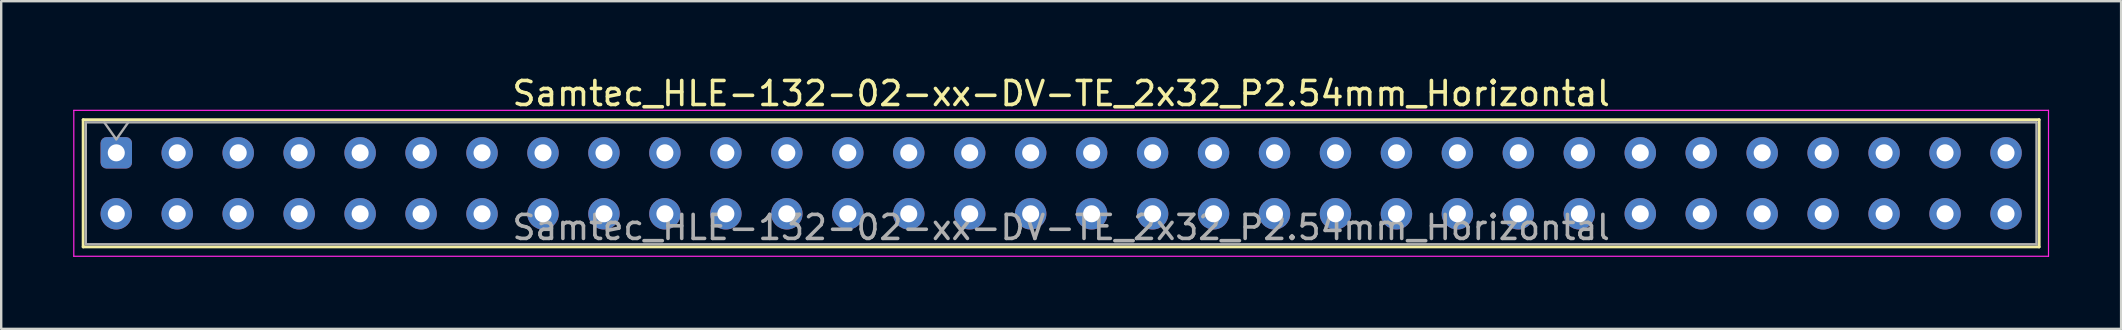
<source format=kicad_pcb>
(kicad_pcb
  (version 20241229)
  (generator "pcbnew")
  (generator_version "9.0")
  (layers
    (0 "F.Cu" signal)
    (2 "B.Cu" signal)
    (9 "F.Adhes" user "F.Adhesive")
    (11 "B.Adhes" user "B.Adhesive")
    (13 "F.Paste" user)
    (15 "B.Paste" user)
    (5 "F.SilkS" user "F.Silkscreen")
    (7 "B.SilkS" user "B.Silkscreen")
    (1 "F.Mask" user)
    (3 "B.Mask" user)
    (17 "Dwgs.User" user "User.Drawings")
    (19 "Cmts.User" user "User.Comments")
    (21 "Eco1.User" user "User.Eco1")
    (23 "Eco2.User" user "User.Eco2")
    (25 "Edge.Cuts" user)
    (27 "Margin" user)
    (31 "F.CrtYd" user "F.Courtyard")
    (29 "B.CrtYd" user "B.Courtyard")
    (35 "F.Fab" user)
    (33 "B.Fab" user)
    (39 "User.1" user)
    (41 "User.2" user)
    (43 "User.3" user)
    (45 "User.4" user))
  (footprint "Samtec_HLE-132-02-xx-DV-TE_2x32_P2.54mm_Horizontal"
    (layer "F.Cu")
    (at 1.795 3.318)
    (property "Reference" "Samtec_HLE-132-02-xx-DV-TE_2x32_P2.54mm_Horizontal" (at 39.37 -2.47 0) (layer "F.SilkS") (effects (font (size 1 1) (thickness 0.15))))
    (attr through_hole)
    (fp_line (start -1.38 -1.38) (end 80.12 -1.38) (stroke (width 0.12) (type solid)) (layer "F.SilkS"))
    (fp_line (start -1.38 3.92) (end -1.38 -1.38) (stroke (width 0.12) (type solid)) (layer "F.SilkS"))
    (fp_line (start 80.12 -1.38) (end 80.12 3.92) (stroke (width 0.12) (type solid)) (layer "F.SilkS"))
    (fp_line (start 80.12 3.92) (end -1.38 3.92) (stroke (width 0.12) (type solid)) (layer "F.SilkS"))
    (fp_line (start -1.77 -1.77) (end 80.51 -1.77) (stroke (width 0.05) (type solid)) (layer "F.CrtYd"))
    (fp_line (start -1.77 4.31) (end -1.77 -1.77) (stroke (width 0.05) (type solid)) (layer "F.CrtYd"))
    (fp_line (start 80.51 -1.77) (end 80.51 4.31) (stroke (width 0.05) (type solid)) (layer "F.CrtYd"))
    (fp_line (start 80.51 4.31) (end -1.77 4.31) (stroke (width 0.05) (type solid)) (layer "F.CrtYd"))
    (fp_line (start -1.27 -1.27) (end 80.01 -1.27) (stroke (width 0.1) (type solid)) (layer "F.Fab"))
    (fp_line (start -1.27 3.81) (end -1.27 -1.27) (stroke (width 0.1) (type solid)) (layer "F.Fab"))
    (fp_line (start -0.5 -1.27) (end 0 -0.563) (stroke (width 0.1) (type solid)) (layer "F.Fab"))
    (fp_line (start 0 -0.563) (end 0.5 -1.27) (stroke (width 0.1) (type solid)) (layer "F.Fab"))
    (fp_line (start 80.01 -1.27) (end 80.01 3.81) (stroke (width 0.1) (type solid)) (layer "F.Fab"))
    (fp_line (start 80.01 3.81) (end -1.27 3.81) (stroke (width 0.1) (type solid)) (layer "F.Fab"))
    (fp_text user "${REFERENCE}" (at 39.37 3.11 0) (layer "F.Fab") (effects (font (size 1 1) (thickness 0.15))))
    (pad "1" thru_hole roundrect (at 0 0) (size 1.31 1.31) (drill 0.71) (layers "*.Cu" "*.Mask") (roundrect_rratio 0.191))
    (pad "2" thru_hole circle (at 0 2.54) (size 1.31 1.31) (drill 0.71) (layers "*.Cu" "*.Mask"))
    (pad "3" thru_hole circle (at 2.54 0) (size 1.31 1.31) (drill 0.71) (layers "*.Cu" "*.Mask"))
    (pad "4" thru_hole circle (at 2.54 2.54) (size 1.31 1.31) (drill 0.71) (layers "*.Cu" "*.Mask"))
    (pad "5" thru_hole circle (at 5.08 0) (size 1.31 1.31) (drill 0.71) (layers "*.Cu" "*.Mask"))
    (pad "6" thru_hole circle (at 5.08 2.54) (size 1.31 1.31) (drill 0.71) (layers "*.Cu" "*.Mask"))
    (pad "7" thru_hole circle (at 7.62 0) (size 1.31 1.31) (drill 0.71) (layers "*.Cu" "*.Mask"))
    (pad "8" thru_hole circle (at 7.62 2.54) (size 1.31 1.31) (drill 0.71) (layers "*.Cu" "*.Mask"))
    (pad "9" thru_hole circle (at 10.16 0) (size 1.31 1.31) (drill 0.71) (layers "*.Cu" "*.Mask"))
    (pad "10" thru_hole circle (at 10.16 2.54) (size 1.31 1.31) (drill 0.71) (layers "*.Cu" "*.Mask"))
    (pad "11" thru_hole circle (at 12.7 0) (size 1.31 1.31) (drill 0.71) (layers "*.Cu" "*.Mask"))
    (pad "12" thru_hole circle (at 12.7 2.54) (size 1.31 1.31) (drill 0.71) (layers "*.Cu" "*.Mask"))
    (pad "13" thru_hole circle (at 15.24 0) (size 1.31 1.31) (drill 0.71) (layers "*.Cu" "*.Mask"))
    (pad "14" thru_hole circle (at 15.24 2.54) (size 1.31 1.31) (drill 0.71) (layers "*.Cu" "*.Mask"))
    (pad "15" thru_hole circle (at 17.78 0) (size 1.31 1.31) (drill 0.71) (layers "*.Cu" "*.Mask"))
    (pad "16" thru_hole circle (at 17.78 2.54) (size 1.31 1.31) (drill 0.71) (layers "*.Cu" "*.Mask"))
    (pad "17" thru_hole circle (at 20.32 0) (size 1.31 1.31) (drill 0.71) (layers "*.Cu" "*.Mask"))
    (pad "18" thru_hole circle (at 20.32 2.54) (size 1.31 1.31) (drill 0.71) (layers "*.Cu" "*.Mask"))
    (pad "19" thru_hole circle (at 22.86 0) (size 1.31 1.31) (drill 0.71) (layers "*.Cu" "*.Mask"))
    (pad "20" thru_hole circle (at 22.86 2.54) (size 1.31 1.31) (drill 0.71) (layers "*.Cu" "*.Mask"))
    (pad "21" thru_hole circle (at 25.4 0) (size 1.31 1.31) (drill 0.71) (layers "*.Cu" "*.Mask"))
    (pad "22" thru_hole circle (at 25.4 2.54) (size 1.31 1.31) (drill 0.71) (layers "*.Cu" "*.Mask"))
    (pad "23" thru_hole circle (at 27.94 0) (size 1.31 1.31) (drill 0.71) (layers "*.Cu" "*.Mask"))
    (pad "24" thru_hole circle (at 27.94 2.54) (size 1.31 1.31) (drill 0.71) (layers "*.Cu" "*.Mask"))
    (pad "25" thru_hole circle (at 30.48 0) (size 1.31 1.31) (drill 0.71) (layers "*.Cu" "*.Mask"))
    (pad "26" thru_hole circle (at 30.48 2.54) (size 1.31 1.31) (drill 0.71) (layers "*.Cu" "*.Mask"))
    (pad "27" thru_hole circle (at 33.02 0) (size 1.31 1.31) (drill 0.71) (layers "*.Cu" "*.Mask"))
    (pad "28" thru_hole circle (at 33.02 2.54) (size 1.31 1.31) (drill 0.71) (layers "*.Cu" "*.Mask"))
    (pad "29" thru_hole circle (at 35.56 0) (size 1.31 1.31) (drill 0.71) (layers "*.Cu" "*.Mask"))
    (pad "30" thru_hole circle (at 35.56 2.54) (size 1.31 1.31) (drill 0.71) (layers "*.Cu" "*.Mask"))
    (pad "31" thru_hole circle (at 38.1 0) (size 1.31 1.31) (drill 0.71) (layers "*.Cu" "*.Mask"))
    (pad "32" thru_hole circle (at 38.1 2.54) (size 1.31 1.31) (drill 0.71) (layers "*.Cu" "*.Mask"))
    (pad "33" thru_hole circle (at 40.64 0) (size 1.31 1.31) (drill 0.71) (layers "*.Cu" "*.Mask"))
    (pad "34" thru_hole circle (at 40.64 2.54) (size 1.31 1.31) (drill 0.71) (layers "*.Cu" "*.Mask"))
    (pad "35" thru_hole circle (at 43.18 0) (size 1.31 1.31) (drill 0.71) (layers "*.Cu" "*.Mask"))
    (pad "36" thru_hole circle (at 43.18 2.54) (size 1.31 1.31) (drill 0.71) (layers "*.Cu" "*.Mask"))
    (pad "37" thru_hole circle (at 45.72 0) (size 1.31 1.31) (drill 0.71) (layers "*.Cu" "*.Mask"))
    (pad "38" thru_hole circle (at 45.72 2.54) (size 1.31 1.31) (drill 0.71) (layers "*.Cu" "*.Mask"))
    (pad "39" thru_hole circle (at 48.26 0) (size 1.31 1.31) (drill 0.71) (layers "*.Cu" "*.Mask"))
    (pad "40" thru_hole circle (at 48.26 2.54) (size 1.31 1.31) (drill 0.71) (layers "*.Cu" "*.Mask"))
    (pad "41" thru_hole circle (at 50.8 0) (size 1.31 1.31) (drill 0.71) (layers "*.Cu" "*.Mask"))
    (pad "42" thru_hole circle (at 50.8 2.54) (size 1.31 1.31) (drill 0.71) (layers "*.Cu" "*.Mask"))
    (pad "43" thru_hole circle (at 53.34 0) (size 1.31 1.31) (drill 0.71) (layers "*.Cu" "*.Mask"))
    (pad "44" thru_hole circle (at 53.34 2.54) (size 1.31 1.31) (drill 0.71) (layers "*.Cu" "*.Mask"))
    (pad "45" thru_hole circle (at 55.88 0) (size 1.31 1.31) (drill 0.71) (layers "*.Cu" "*.Mask"))
    (pad "46" thru_hole circle (at 55.88 2.54) (size 1.31 1.31) (drill 0.71) (layers "*.Cu" "*.Mask"))
    (pad "47" thru_hole circle (at 58.42 0) (size 1.31 1.31) (drill 0.71) (layers "*.Cu" "*.Mask"))
    (pad "48" thru_hole circle (at 58.42 2.54) (size 1.31 1.31) (drill 0.71) (layers "*.Cu" "*.Mask"))
    (pad "49" thru_hole circle (at 60.96 0) (size 1.31 1.31) (drill 0.71) (layers "*.Cu" "*.Mask"))
    (pad "50" thru_hole circle (at 60.96 2.54) (size 1.31 1.31) (drill 0.71) (layers "*.Cu" "*.Mask"))
    (pad "51" thru_hole circle (at 63.5 0) (size 1.31 1.31) (drill 0.71) (layers "*.Cu" "*.Mask"))
    (pad "52" thru_hole circle (at 63.5 2.54) (size 1.31 1.31) (drill 0.71) (layers "*.Cu" "*.Mask"))
    (pad "53" thru_hole circle (at 66.04 0) (size 1.31 1.31) (drill 0.71) (layers "*.Cu" "*.Mask"))
    (pad "54" thru_hole circle (at 66.04 2.54) (size 1.31 1.31) (drill 0.71) (layers "*.Cu" "*.Mask"))
    (pad "55" thru_hole circle (at 68.58 0) (size 1.31 1.31) (drill 0.71) (layers "*.Cu" "*.Mask"))
    (pad "56" thru_hole circle (at 68.58 2.54) (size 1.31 1.31) (drill 0.71) (layers "*.Cu" "*.Mask"))
    (pad "57" thru_hole circle (at 71.12 0) (size 1.31 1.31) (drill 0.71) (layers "*.Cu" "*.Mask"))
    (pad "58" thru_hole circle (at 71.12 2.54) (size 1.31 1.31) (drill 0.71) (layers "*.Cu" "*.Mask"))
    (pad "59" thru_hole circle (at 73.66 0) (size 1.31 1.31) (drill 0.71) (layers "*.Cu" "*.Mask"))
    (pad "60" thru_hole circle (at 73.66 2.54) (size 1.31 1.31) (drill 0.71) (layers "*.Cu" "*.Mask"))
    (pad "61" thru_hole circle (at 76.2 0) (size 1.31 1.31) (drill 0.71) (layers "*.Cu" "*.Mask"))
    (pad "62" thru_hole circle (at 76.2 2.54) (size 1.31 1.31) (drill 0.71) (layers "*.Cu" "*.Mask"))
    (pad "63" thru_hole circle (at 78.74 0) (size 1.31 1.31) (drill 0.71) (layers "*.Cu" "*.Mask"))
    (pad "64" thru_hole circle (at 78.74 2.54) (size 1.31 1.31) (drill 0.71) (layers "*.Cu" "*.Mask")))
  (gr_rect
    (start -3 -3)
    (end 85.33 10.653)
    (stroke (width 0.1) (type default))
    (fill no)
    (layer "Edge.Cuts")))
</source>
